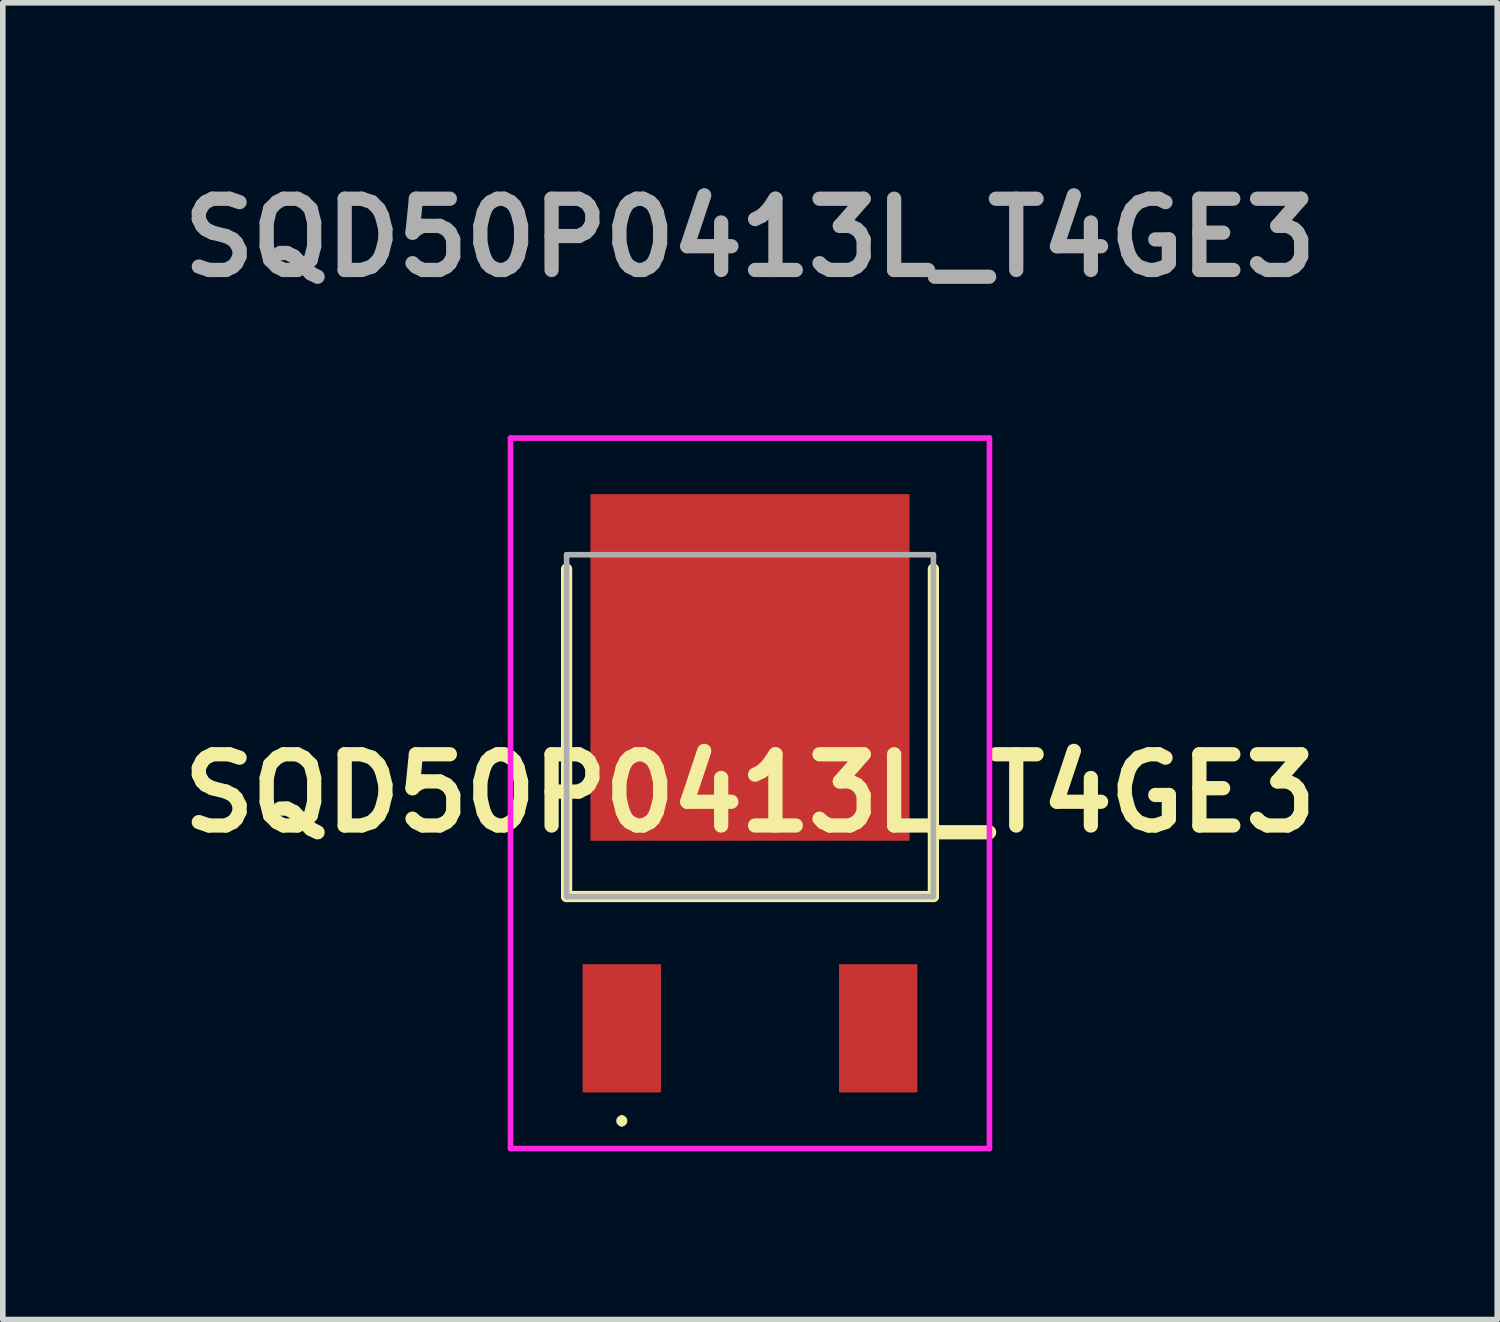
<source format=kicad_pcb>
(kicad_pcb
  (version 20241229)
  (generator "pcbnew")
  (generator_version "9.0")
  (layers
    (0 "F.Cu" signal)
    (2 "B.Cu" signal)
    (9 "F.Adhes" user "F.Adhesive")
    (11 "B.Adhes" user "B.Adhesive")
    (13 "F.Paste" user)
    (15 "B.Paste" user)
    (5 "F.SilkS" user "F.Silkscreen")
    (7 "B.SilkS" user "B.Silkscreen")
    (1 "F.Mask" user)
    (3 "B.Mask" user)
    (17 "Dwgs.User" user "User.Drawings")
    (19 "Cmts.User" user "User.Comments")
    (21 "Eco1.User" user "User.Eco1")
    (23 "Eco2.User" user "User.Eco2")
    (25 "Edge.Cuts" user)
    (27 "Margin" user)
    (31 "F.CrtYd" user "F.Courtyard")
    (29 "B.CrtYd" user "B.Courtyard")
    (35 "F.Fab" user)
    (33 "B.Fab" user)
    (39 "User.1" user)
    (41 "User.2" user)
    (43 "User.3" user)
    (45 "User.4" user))
  (footprint "SQD50P0413L_T4GE3"
    (layer "F.Cu")
    (at 10.323 11.095)
    (property "Reference" "SQD50P0413L_T4GE3" (at 0 0 0) (layer "F.SilkS") (effects (font (size 1.27 1.27) (thickness 0.254))))
    (attr smd)
    (fp_line (start -3.27 -4) (end -3.27 1.841) (stroke (width 0.2) (type solid)) (layer "F.SilkS"))
    (fp_line (start -3.27 1.841) (end 3.27 1.841) (stroke (width 0.2) (type solid)) (layer "F.SilkS"))
    (fp_line (start -2.286 5.791) (end -2.286 5.791) (stroke (width 0.1) (type solid)) (layer "F.SilkS"))
    (fp_line (start -2.286 5.891) (end -2.286 5.891) (stroke (width 0.1) (type solid)) (layer "F.SilkS"))
    (fp_line (start 3.27 1.841) (end 3.27 -4) (stroke (width 0.2) (type solid)) (layer "F.SilkS"))
    (fp_arc (start -2.286 5.791) (mid -2.236 5.841) (end -2.286 5.891) (stroke (width 0.1) (type solid)) (layer "F.SilkS"))
    (fp_arc (start -2.286 5.891) (mid -2.336 5.841) (end -2.286 5.791) (stroke (width 0.1) (type solid)) (layer "F.SilkS"))
    (fp_line (start -4.27 -6.334) (end 4.27 -6.334) (stroke (width 0.1) (type solid)) (layer "F.CrtYd"))
    (fp_line (start -4.27 6.334) (end -4.27 -6.334) (stroke (width 0.1) (type solid)) (layer "F.CrtYd"))
    (fp_line (start 4.27 -6.334) (end 4.27 6.334) (stroke (width 0.1) (type solid)) (layer "F.CrtYd"))
    (fp_line (start 4.27 6.334) (end -4.27 6.334) (stroke (width 0.1) (type solid)) (layer "F.CrtYd"))
    (fp_line (start -3.27 -4.254) (end 3.27 -4.254) (stroke (width 0.1) (type solid)) (layer "F.Fab"))
    (fp_line (start -3.27 1.841) (end -3.27 -4.254) (stroke (width 0.1) (type solid)) (layer "F.Fab"))
    (fp_line (start 3.27 -4.254) (end 3.27 1.841) (stroke (width 0.1) (type solid)) (layer "F.Fab"))
    (fp_line (start 3.27 1.841) (end -3.27 1.841) (stroke (width 0.1) (type solid)) (layer "F.Fab"))
    (fp_text user "${REFERENCE}" (at 0 -9.906 0) (layer "F.Fab") (effects (font (size 1.27 1.27) (thickness 0.254))))
    (pad "1" smd rect (at -2.286 4.191) (size 1.397 2.286) (layers "F.Cu" "F.Mask" "F.Paste"))
    (pad "2" smd rect (at 0 -2.244) (size 5.69 6.18) (layers "F.Cu" "F.Mask" "F.Paste"))
    (pad "3" smd rect (at 2.286 4.191) (size 1.397 2.286) (layers "F.Cu" "F.Mask" "F.Paste")))
  (gr_rect
    (start -3 -3)
    (end 23.647 20.479)
    (stroke (width 0.1) (type default))
    (fill no)
    (layer "Edge.Cuts")))
</source>
